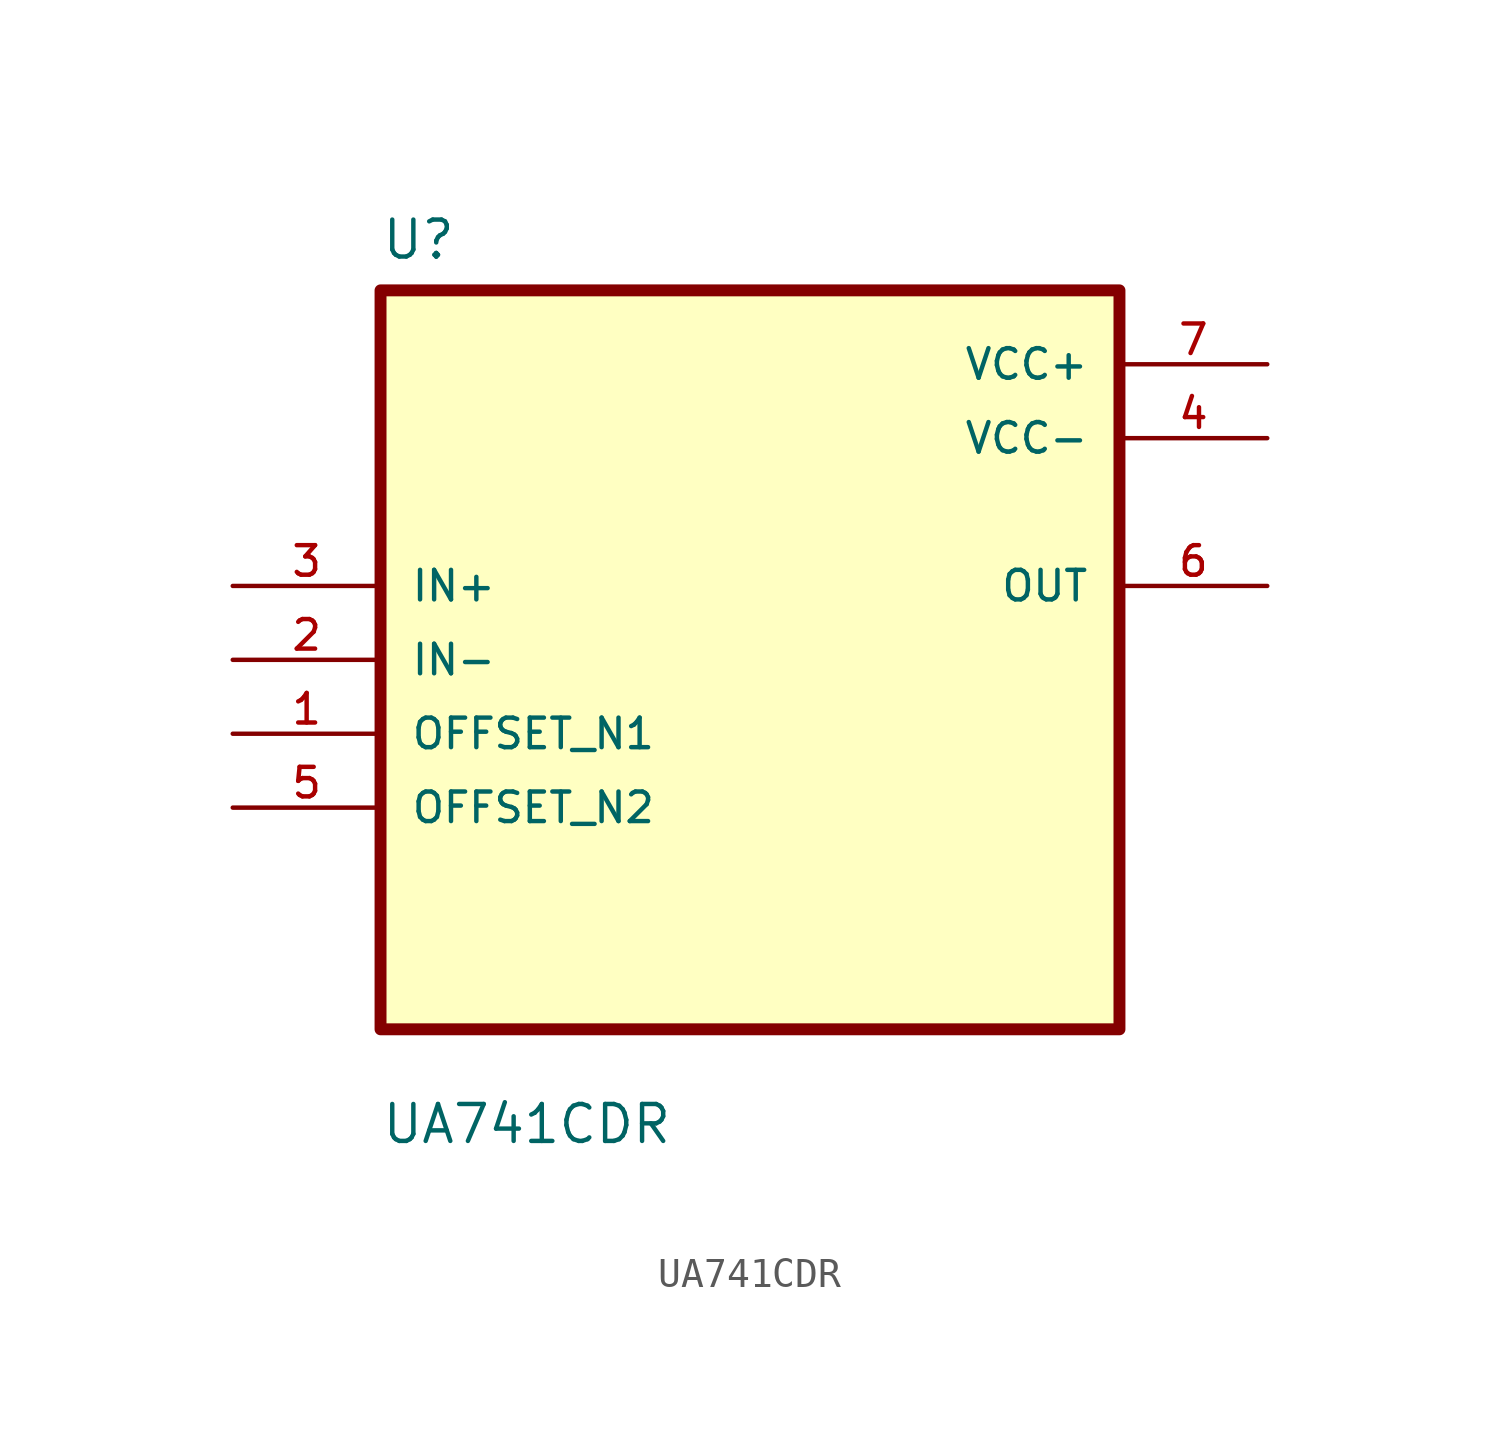
<source format=kicad_sym>
(kicad_symbol_lib
  (version 20211014)
  (generator kicad_symbol_editor)
  (symbol "UA741CDR"
    (pin_names
      (offset 1.016))
    (property "Reference" "U"
      (at -12.7 13.7 0.0)
      (effects (font (size 1.27 1.27)) (justify bottom left)))
    (property "Value" "UA741CDR"
      (at -12.7 -16.7 0.0)
      (effects (font (size 1.27 1.27)) (justify bottom left)))
    (symbol "UA741CDR_0_0"
      (rectangle (start -12.7 -12.7) (end 12.7 12.7) (stroke (width 0.41)) (fill (type background)))
      (pin input line (at -17.78 2.54 0) (length 5.08) (name "IN+" (effects (font (size 1.016 1.016)))) (number "3" (effects (font (size 1.016 1.016)))))
      (pin input line (at -17.78 -8.88178e-16 0) (length 5.08) (name "IN-" (effects (font (size 1.016 1.016)))) (number "2" (effects (font (size 1.016 1.016)))))
      (pin input line (at -17.78 -2.54 0) (length 5.08) (name "OFFSET_N1" (effects (font (size 1.016 1.016)))) (number "1" (effects (font (size 1.016 1.016)))))
      (pin input line (at -17.78 -5.08 0) (length 5.08) (name "OFFSET_N2" (effects (font (size 1.016 1.016)))) (number "5" (effects (font (size 1.016 1.016)))))
      (pin power_in line (at 17.78 10.16 180.0) (length 5.08) (name "VCC+" (effects (font (size 1.016 1.016)))) (number "7" (effects (font (size 1.016 1.016)))))
      (pin power_in line (at 17.78 7.62 180.0) (length 5.08) (name "VCC-" (effects (font (size 1.016 1.016)))) (number "4" (effects (font (size 1.016 1.016)))))
      (pin output line (at 17.78 2.54 180.0) (length 5.08) (name "OUT" (effects (font (size 1.016 1.016)))) (number "6" (effects (font (size 1.016 1.016))))))))
</source>
